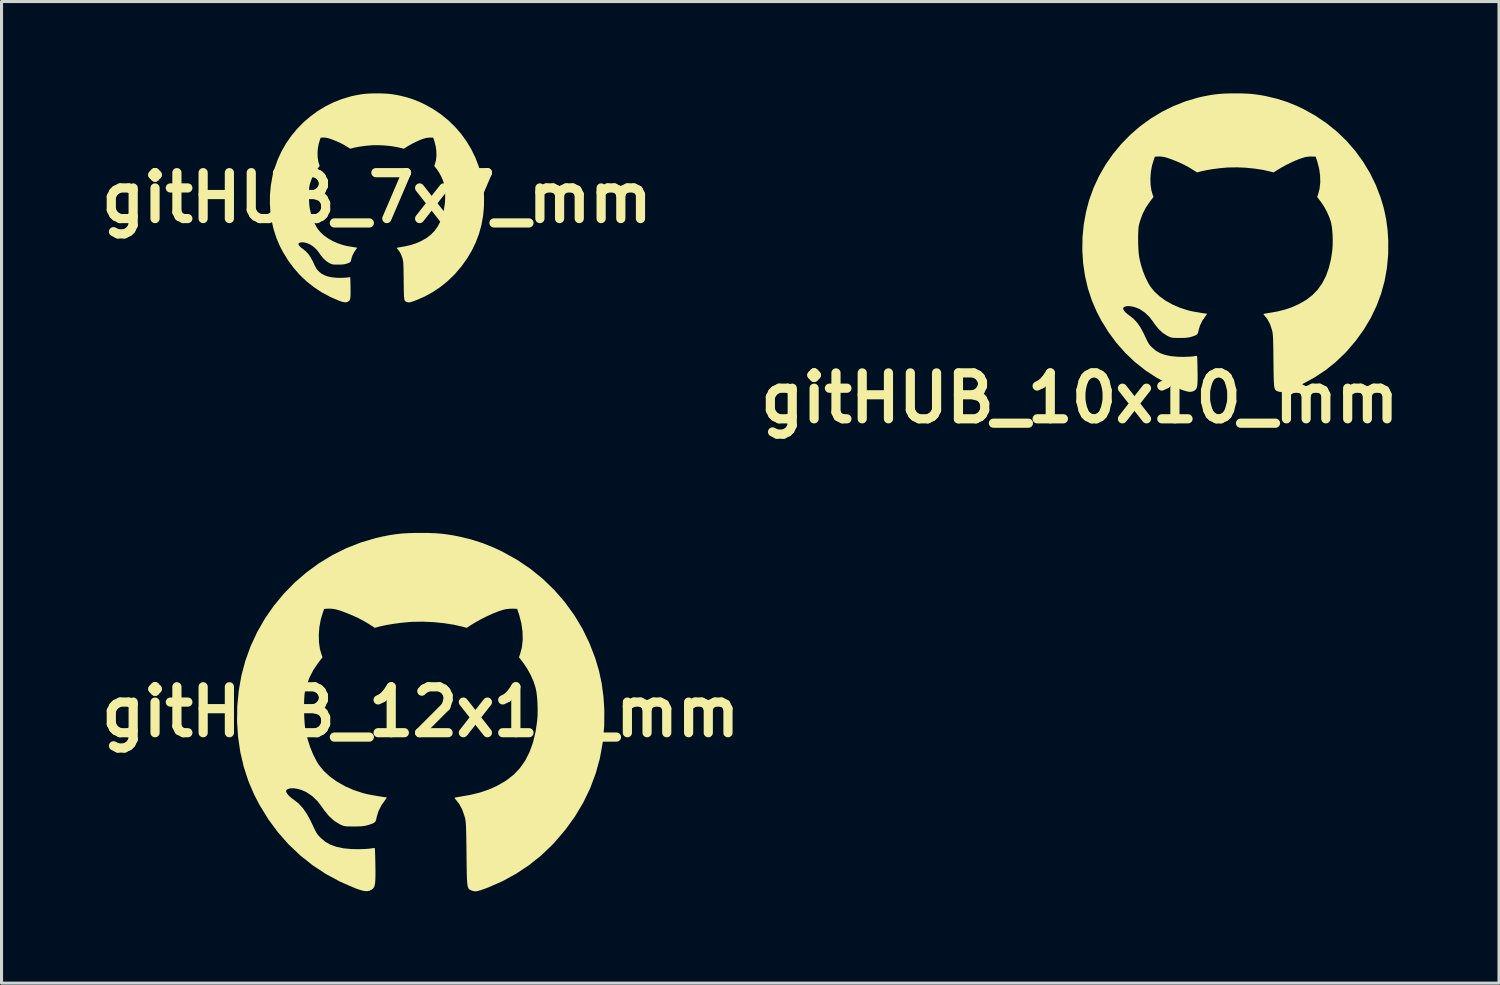
<source format=kicad_pcb>
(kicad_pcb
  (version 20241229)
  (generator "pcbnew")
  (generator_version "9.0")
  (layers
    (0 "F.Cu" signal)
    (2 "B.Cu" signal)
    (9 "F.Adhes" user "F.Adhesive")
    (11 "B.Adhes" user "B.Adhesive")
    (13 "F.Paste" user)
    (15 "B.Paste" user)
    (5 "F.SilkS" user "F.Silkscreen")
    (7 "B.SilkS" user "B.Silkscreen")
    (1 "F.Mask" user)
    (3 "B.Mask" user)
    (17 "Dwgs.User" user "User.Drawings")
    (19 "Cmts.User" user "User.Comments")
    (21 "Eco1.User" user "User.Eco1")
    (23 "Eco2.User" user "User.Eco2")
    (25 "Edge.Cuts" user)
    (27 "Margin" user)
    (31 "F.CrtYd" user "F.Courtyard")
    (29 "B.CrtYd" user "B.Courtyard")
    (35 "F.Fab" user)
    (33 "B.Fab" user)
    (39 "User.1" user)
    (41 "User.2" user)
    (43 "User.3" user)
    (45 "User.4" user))
  (footprint "gitHUB_10x10_mm"
    (layer "F.Cu")
    (at 37.301 4.872)
    (property "Reference" "gitHUB_10x10_mm" (at -5.08 5.08 0) (layer "F.SilkS") (effects (font (size 1.5 1.5) (thickness 0.3))))
    (attr board_only exclude_from_pos_files exclude_from_bom)
    (fp_poly (pts (xy 0.213 -4.87) (xy 0.398 -4.863) (xy 0.567 -4.85) (xy 0.731 -4.829) (xy 0.902 -4.801) (xy 1.032 -4.775) (xy 1.376 -4.692) (xy 1.703 -4.587) (xy 2.026 -4.455) (xy 2.231 -4.357) (xy 2.619 -4.141) (xy 2.983 -3.895) (xy 3.322 -3.62) (xy 3.635 -3.318) (xy 3.919 -2.991) (xy 4.174 -2.64) (xy 4.399 -2.267) (xy 4.591 -1.874) (xy 4.749 -1.462) (xy 4.75 -1.458) (xy 4.852 -1.115) (xy 4.925 -0.771) (xy 4.973 -0.415) (xy 4.996 -0.059) (xy 4.993 0.393) (xy 4.952 0.834) (xy 4.875 1.262) (xy 4.76 1.677) (xy 4.609 2.08) (xy 4.422 2.469) (xy 4.197 2.844) (xy 3.937 3.206) (xy 3.64 3.553) (xy 3.577 3.62) (xy 3.274 3.908) (xy 2.945 4.171) (xy 2.591 4.405) (xy 2.218 4.609) (xy 1.829 4.779) (xy 1.733 4.815) (xy 1.629 4.851) (xy 1.552 4.873) (xy 1.493 4.882) (xy 1.443 4.878) (xy 1.393 4.863) (xy 1.378 4.857) (xy 1.35 4.845) (xy 1.327 4.831) (xy 1.308 4.813) (xy 1.292 4.787) (xy 1.28 4.749) (xy 1.27 4.697) (xy 1.263 4.626) (xy 1.258 4.533) (xy 1.254 4.416) (xy 1.251 4.269) (xy 1.248 4.091) (xy 1.246 3.878) (xy 1.245 3.859) (xy 1.243 3.65) (xy 1.241 3.477) (xy 1.238 3.334) (xy 1.235 3.219) (xy 1.232 3.126) (xy 1.228 3.052) (xy 1.223 2.994) (xy 1.216 2.945) (xy 1.209 2.904) (xy 1.2 2.865) (xy 1.196 2.85) (xy 1.132 2.662) (xy 1.05 2.508) (xy 0.983 2.422) (xy 0.946 2.377) (xy 0.924 2.345) (xy 0.921 2.335) (xy 0.943 2.328) (xy 0.994 2.318) (xy 1.063 2.307) (xy 1.075 2.305) (xy 1.363 2.255) (xy 1.62 2.191) (xy 1.853 2.112) (xy 2.07 2.014) (xy 2.277 1.897) (xy 2.331 1.862) (xy 2.527 1.71) (xy 2.697 1.532) (xy 2.841 1.326) (xy 2.961 1.092) (xy 3.055 0.829) (xy 3.126 0.536) (xy 3.168 0.25) (xy 3.179 0.101) (xy 3.182 -0.063) (xy 3.178 -0.232) (xy 3.167 -0.394) (xy 3.149 -0.54) (xy 3.127 -0.655) (xy 3.072 -0.822) (xy 2.994 -1) (xy 2.899 -1.174) (xy 2.795 -1.328) (xy 2.792 -1.333) (xy 2.673 -1.489) (xy 2.703 -1.57) (xy 2.752 -1.756) (xy 2.775 -1.962) (xy 2.77 -2.182) (xy 2.739 -2.409) (xy 2.681 -2.635) (xy 2.67 -2.668) (xy 2.624 -2.804) (xy 2.503 -2.81) (xy 2.412 -2.807) (xy 2.314 -2.796) (xy 2.266 -2.786) (xy 2.133 -2.744) (xy 1.978 -2.684) (xy 1.81 -2.608) (xy 1.64 -2.523) (xy 1.475 -2.431) (xy 1.363 -2.362) (xy 1.25 -2.29) (xy 1.148 -2.317) (xy 0.902 -2.373) (xy 0.632 -2.415) (xy 0.349 -2.443) (xy 0.065 -2.456) (xy -0.207 -2.452) (xy -0.31 -2.446) (xy -0.519 -2.426) (xy -0.725 -2.4) (xy -0.919 -2.368) (xy -1.088 -2.332) (xy -1.148 -2.317) (xy -1.25 -2.29) (xy -1.363 -2.362) (xy -1.521 -2.459) (xy -1.677 -2.542) (xy -1.845 -2.621) (xy -1.974 -2.674) (xy -2.118 -2.73) (xy -2.235 -2.77) (xy -2.333 -2.796) (xy -2.419 -2.808) (xy -2.5 -2.811) (xy -2.522 -2.81) (xy -2.627 -2.804) (xy -2.663 -2.706) (xy -2.721 -2.514) (xy -2.758 -2.309) (xy -2.774 -2.101) (xy -2.769 -1.898) (xy -2.742 -1.709) (xy -2.703 -1.57) (xy -2.673 -1.488) (xy -2.791 -1.335) (xy -2.925 -1.137) (xy -3.033 -0.924) (xy -3.116 -0.689) (xy -3.149 -0.567) (xy -3.161 -0.493) (xy -3.169 -0.388) (xy -3.174 -0.261) (xy -3.175 -0.12) (xy -3.173 0.028) (xy -3.168 0.172) (xy -3.16 0.306) (xy -3.148 0.421) (xy -3.138 0.487) (xy -3.085 0.718) (xy -3.014 0.945) (xy -2.927 1.158) (xy -2.83 1.348) (xy -2.771 1.442) (xy -2.638 1.606) (xy -2.471 1.76) (xy -2.276 1.9) (xy -2.057 2.023) (xy -1.819 2.127) (xy -1.567 2.209) (xy -1.457 2.237) (xy -1.397 2.249) (xy -1.317 2.264) (xy -1.225 2.28) (xy -1.131 2.296) (xy -1.045 2.31) (xy -0.975 2.32) (xy -0.932 2.325) (xy -0.927 2.325) (xy -0.929 2.338) (xy -0.951 2.371) (xy -0.957 2.379) (xy -1.073 2.547) (xy -1.153 2.706) (xy -1.199 2.861) (xy -1.204 2.888) (xy -1.217 2.947) (xy -1.239 2.989) (xy -1.279 3.021) (xy -1.343 3.049) (xy -1.413 3.072) (xy -1.481 3.091) (xy -1.547 3.104) (xy -1.622 3.112) (xy -1.716 3.116) (xy -1.817 3.116) (xy -1.924 3.116) (xy -2.002 3.114) (xy -2.058 3.109) (xy -2.104 3.099) (xy -2.148 3.082) (xy -2.2 3.058) (xy -2.215 3.051) (xy -2.362 2.958) (xy -2.503 2.829) (xy -2.634 2.665) (xy -2.675 2.603) (xy -2.804 2.432) (xy -2.951 2.291) (xy -3.113 2.182) (xy -3.132 2.172) (xy -3.245 2.124) (xy -3.357 2.092) (xy -3.462 2.077) (xy -3.553 2.079) (xy -3.622 2.1) (xy -3.661 2.134) (xy -3.663 2.171) (xy -3.636 2.223) (xy -3.586 2.282) (xy -3.516 2.343) (xy -3.469 2.377) (xy -3.331 2.485) (xy -3.207 2.618) (xy -3.095 2.779) (xy -2.991 2.974) (xy -2.978 3.002) (xy -2.925 3.116) (xy -2.884 3.2) (xy -2.851 3.263) (xy -2.823 3.311) (xy -2.794 3.35) (xy -2.76 3.387) (xy -2.719 3.429) (xy -2.716 3.432) (xy -2.595 3.534) (xy -2.455 3.613) (xy -2.293 3.672) (xy -2.104 3.711) (xy -1.887 3.731) (xy -1.719 3.735) (xy -1.612 3.733) (xy -1.509 3.729) (xy -1.422 3.723) (xy -1.362 3.716) (xy -1.358 3.715) (xy -1.3 3.706) (xy -1.261 3.704) (xy -1.25 3.706) (xy -1.247 3.727) (xy -1.244 3.782) (xy -1.241 3.865) (xy -1.238 3.971) (xy -1.236 4.095) (xy -1.234 4.189) (xy -1.232 4.356) (xy -1.233 4.489) (xy -1.236 4.593) (xy -1.244 4.671) (xy -1.255 4.729) (xy -1.272 4.771) (xy -1.295 4.803) (xy -1.324 4.828) (xy -1.337 4.837) (xy -1.396 4.866) (xy -1.463 4.878) (xy -1.542 4.872) (xy -1.642 4.847) (xy -1.769 4.803) (xy -1.778 4.799) (xy -2.189 4.621) (xy -2.577 4.412) (xy -2.942 4.172) (xy -3.283 3.901) (xy -3.598 3.601) (xy -3.887 3.273) (xy -4.15 2.916) (xy -4.386 2.533) (xy -4.529 2.257) (xy -4.689 1.885) (xy -4.816 1.495) (xy -4.91 1.091) (xy -4.971 0.677) (xy -4.998 0.257) (xy -4.992 -0.166) (xy -4.951 -0.587) (xy -4.876 -1.003) (xy -4.775 -1.386) (xy -4.629 -1.789) (xy -4.45 -2.175) (xy -4.238 -2.543) (xy -3.996 -2.891) (xy -3.726 -3.217) (xy -3.43 -3.52) (xy -3.11 -3.797) (xy -2.768 -4.046) (xy -2.406 -4.266) (xy -2.026 -4.455) (xy -1.63 -4.611) (xy -1.22 -4.733) (xy -1.032 -4.775) (xy -0.85 -4.81) (xy -0.683 -4.836) (xy -0.518 -4.854) (xy -0.346 -4.866) (xy -0.154 -4.871) (xy 0 -4.872)) (stroke (width 0) (type solid)) (fill yes) (layer "F.SilkS")))
  (footprint "gitHUB_7x7_mm"
    (layer "F.Cu")
    (at 9.264 3.411)
    (property "Reference" "gitHUB_7x7_mm" (at 0 0 0) (layer "F.SilkS") (effects (font (size 1.5 1.5) (thickness 0.3))))
    (attr board_only exclude_from_pos_files exclude_from_bom)
    (fp_poly (pts (xy 0.149 -3.409) (xy 0.279 -3.404) (xy 0.397 -3.395) (xy 0.512 -3.381) (xy 0.631 -3.361) (xy 0.723 -3.343) (xy 0.963 -3.285) (xy 1.192 -3.211) (xy 1.418 -3.119) (xy 1.562 -3.05) (xy 1.833 -2.899) (xy 2.088 -2.727) (xy 2.326 -2.534) (xy 2.544 -2.323) (xy 2.744 -2.094) (xy 2.922 -1.848) (xy 3.079 -1.587) (xy 3.214 -1.312) (xy 3.325 -1.023) (xy 3.325 -1.021) (xy 3.396 -0.78) (xy 3.448 -0.54) (xy 3.481 -0.291) (xy 3.497 -0.041) (xy 3.495 0.275) (xy 3.467 0.584) (xy 3.413 0.883) (xy 3.333 1.174) (xy 3.227 1.456) (xy 3.095 1.728) (xy 2.938 1.991) (xy 2.756 2.244) (xy 2.548 2.487) (xy 2.504 2.534) (xy 2.292 2.736) (xy 2.061 2.92) (xy 1.814 3.084) (xy 1.553 3.227) (xy 1.28 3.346) (xy 1.213 3.371) (xy 1.14 3.396) (xy 1.086 3.412) (xy 1.045 3.417) (xy 1.01 3.415) (xy 0.975 3.404) (xy 0.965 3.4) (xy 0.945 3.392) (xy 0.929 3.382) (xy 0.915 3.369) (xy 0.904 3.351) (xy 0.896 3.325) (xy 0.889 3.288) (xy 0.884 3.238) (xy 0.88 3.174) (xy 0.878 3.091) (xy 0.875 2.989) (xy 0.874 2.864) (xy 0.872 2.715) (xy 0.872 2.701) (xy 0.87 2.555) (xy 0.868 2.434) (xy 0.867 2.334) (xy 0.865 2.253) (xy 0.862 2.189) (xy 0.859 2.137) (xy 0.856 2.096) (xy 0.851 2.062) (xy 0.846 2.033) (xy 0.84 2.006) (xy 0.837 1.995) (xy 0.792 1.863) (xy 0.735 1.756) (xy 0.688 1.695) (xy 0.662 1.664) (xy 0.647 1.642) (xy 0.645 1.635) (xy 0.66 1.63) (xy 0.696 1.623) (xy 0.744 1.615) (xy 0.753 1.614) (xy 0.954 1.578) (xy 1.134 1.534) (xy 1.297 1.478) (xy 1.449 1.41) (xy 1.594 1.328) (xy 1.632 1.303) (xy 1.769 1.197) (xy 1.888 1.072) (xy 1.989 0.928) (xy 2.073 0.764) (xy 2.139 0.58) (xy 2.188 0.375) (xy 2.218 0.175) (xy 2.225 0.071) (xy 2.227 -0.044) (xy 2.225 -0.162) (xy 2.217 -0.276) (xy 2.205 -0.378) (xy 2.189 -0.458) (xy 2.151 -0.576) (xy 2.096 -0.7) (xy 2.03 -0.822) (xy 1.957 -0.93) (xy 1.954 -0.933) (xy 1.871 -1.042) (xy 1.892 -1.099) (xy 1.927 -1.229) (xy 1.942 -1.373) (xy 1.939 -1.528) (xy 1.917 -1.686) (xy 1.877 -1.845) (xy 1.869 -1.868) (xy 1.837 -1.963) (xy 1.752 -1.967) (xy 1.689 -1.965) (xy 1.62 -1.957) (xy 1.586 -1.95) (xy 1.493 -1.921) (xy 1.385 -1.879) (xy 1.267 -1.826) (xy 1.148 -1.766) (xy 1.033 -1.702) (xy 0.954 -1.654) (xy 0.875 -1.603) (xy 0.803 -1.622) (xy 0.632 -1.661) (xy 0.442 -1.691) (xy 0.244 -1.71) (xy 0.046 -1.719) (xy -0.145 -1.717) (xy -0.217 -1.712) (xy -0.363 -1.699) (xy -0.508 -1.68) (xy -0.643 -1.658) (xy -0.762 -1.633) (xy -0.803 -1.622) (xy -0.875 -1.603) (xy -0.954 -1.654) (xy -1.065 -1.721) (xy -1.174 -1.78) (xy -1.291 -1.834) (xy -1.382 -1.872) (xy -1.483 -1.911) (xy -1.565 -1.939) (xy -1.633 -1.957) (xy -1.693 -1.966) (xy -1.75 -1.968) (xy -1.766 -1.967) (xy -1.839 -1.963) (xy -1.864 -1.894) (xy -1.905 -1.76) (xy -1.931 -1.617) (xy -1.942 -1.471) (xy -1.938 -1.328) (xy -1.92 -1.197) (xy -1.892 -1.099) (xy -1.871 -1.042) (xy -1.954 -0.935) (xy -2.048 -0.796) (xy -2.123 -0.647) (xy -2.182 -0.482) (xy -2.204 -0.397) (xy -2.213 -0.345) (xy -2.218 -0.271) (xy -2.222 -0.182) (xy -2.223 -0.084) (xy -2.221 0.019) (xy -2.218 0.12) (xy -2.212 0.214) (xy -2.204 0.295) (xy -2.197 0.341) (xy -2.16 0.503) (xy -2.11 0.661) (xy -2.049 0.811) (xy -1.981 0.944) (xy -1.94 1.01) (xy -1.847 1.124) (xy -1.73 1.232) (xy -1.593 1.33) (xy -1.44 1.416) (xy -1.274 1.489) (xy -1.097 1.547) (xy -1.02 1.566) (xy -0.978 1.575) (xy -0.922 1.585) (xy -0.857 1.596) (xy -0.792 1.607) (xy -0.731 1.617) (xy -0.683 1.624) (xy -0.653 1.628) (xy -0.649 1.628) (xy -0.651 1.637) (xy -0.666 1.66) (xy -0.67 1.665) (xy -0.751 1.783) (xy -0.807 1.895) (xy -0.839 2.003) (xy -0.843 2.022) (xy -0.852 2.063) (xy -0.867 2.092) (xy -0.895 2.115) (xy -0.94 2.134) (xy -0.989 2.151) (xy -1.037 2.164) (xy -1.083 2.173) (xy -1.135 2.179) (xy -1.202 2.181) (xy -1.272 2.182) (xy -1.347 2.181) (xy -1.401 2.18) (xy -1.441 2.176) (xy -1.473 2.169) (xy -1.504 2.158) (xy -1.54 2.141) (xy -1.55 2.136) (xy -1.654 2.071) (xy -1.752 1.98) (xy -1.844 1.866) (xy -1.873 1.822) (xy -1.963 1.703) (xy -2.066 1.604) (xy -2.179 1.528) (xy -2.192 1.521) (xy -2.271 1.487) (xy -2.35 1.464) (xy -2.424 1.454) (xy -2.487 1.456) (xy -2.536 1.47) (xy -2.563 1.494) (xy -2.564 1.52) (xy -2.546 1.556) (xy -2.51 1.598) (xy -2.462 1.641) (xy -2.428 1.664) (xy -2.332 1.74) (xy -2.245 1.832) (xy -2.167 1.945) (xy -2.094 2.082) (xy -2.085 2.102) (xy -2.048 2.181) (xy -2.019 2.24) (xy -1.996 2.284) (xy -1.976 2.318) (xy -1.956 2.345) (xy -1.932 2.371) (xy -1.903 2.401) (xy -1.901 2.403) (xy -1.817 2.474) (xy -1.719 2.529) (xy -1.605 2.57) (xy -1.473 2.598) (xy -1.321 2.612) (xy -1.204 2.615) (xy -1.128 2.613) (xy -1.056 2.611) (xy -0.995 2.606) (xy -0.953 2.601) (xy -0.951 2.601) (xy -0.91 2.594) (xy -0.882 2.593) (xy -0.875 2.594) (xy -0.873 2.609) (xy -0.871 2.648) (xy -0.869 2.706) (xy -0.867 2.78) (xy -0.865 2.866) (xy -0.864 2.933) (xy -0.863 3.05) (xy -0.863 3.143) (xy -0.865 3.215) (xy -0.871 3.27) (xy -0.879 3.31) (xy -0.891 3.34) (xy -0.907 3.362) (xy -0.927 3.38) (xy -0.936 3.386) (xy -0.978 3.407) (xy -1.024 3.415) (xy -1.08 3.41) (xy -1.15 3.393) (xy -1.238 3.362) (xy -1.245 3.36) (xy -1.532 3.235) (xy -1.804 3.089) (xy -2.06 2.92) (xy -2.298 2.731) (xy -2.519 2.521) (xy -2.721 2.291) (xy -2.905 2.042) (xy -3.07 1.773) (xy -3.171 1.58) (xy -3.283 1.319) (xy -3.372 1.046) (xy -3.438 0.764) (xy -3.48 0.474) (xy -3.499 0.18) (xy -3.495 -0.116) (xy -3.466 -0.411) (xy -3.414 -0.702) (xy -3.342 -0.97) (xy -3.241 -1.252) (xy -3.115 -1.523) (xy -2.967 -1.78) (xy -2.798 -2.024) (xy -2.609 -2.252) (xy -2.401 -2.464) (xy -2.177 -2.658) (xy -1.938 -2.832) (xy -1.684 -2.987) (xy -1.418 -3.119) (xy -1.141 -3.228) (xy -0.854 -3.313) (xy -0.723 -3.343) (xy -0.595 -3.367) (xy -0.478 -3.386) (xy -0.363 -3.398) (xy -0.242 -3.406) (xy -0.108 -3.41) (xy 0 -3.411)) (stroke (width 0) (type solid)) (fill yes) (layer "F.SilkS")))
  (footprint "gitHUB_12x12_mm"
    (layer "F.Cu")
    (at 10.693 20.205)
    (property "Reference" "gitHUB_12x12_mm" (at 0 0 0) (layer "F.SilkS") (effects (font (size 1.5 1.5) (thickness 0.3))))
    (attr board_only exclude_from_pos_files exclude_from_bom)
    (fp_poly (pts (xy 0.255 -5.846) (xy 0.478 -5.837) (xy 0.681 -5.821) (xy 0.878 -5.797) (xy 1.083 -5.763) (xy 1.239 -5.732) (xy 1.652 -5.633) (xy 2.044 -5.506) (xy 2.431 -5.348) (xy 2.678 -5.23) (xy 3.144 -4.971) (xy 3.581 -4.676) (xy 3.988 -4.346) (xy 4.363 -3.983) (xy 4.704 -3.591) (xy 5.011 -3.169) (xy 5.28 -2.722) (xy 5.51 -2.249) (xy 5.701 -1.755) (xy 5.702 -1.751) (xy 5.824 -1.338) (xy 5.912 -0.925) (xy 5.969 -0.499) (xy 5.997 -0.07) (xy 5.993 0.472) (xy 5.944 1.001) (xy 5.852 1.514) (xy 5.714 2.013) (xy 5.533 2.496) (xy 5.308 2.963) (xy 5.038 3.414) (xy 4.725 3.848) (xy 4.369 4.265) (xy 4.293 4.345) (xy 3.931 4.691) (xy 3.535 5.007) (xy 3.11 5.288) (xy 2.663 5.533) (xy 2.196 5.737) (xy 2.08 5.78) (xy 1.955 5.824) (xy 1.863 5.85) (xy 1.792 5.86) (xy 1.732 5.855) (xy 1.672 5.837) (xy 1.654 5.83) (xy 1.621 5.815) (xy 1.593 5.799) (xy 1.57 5.778) (xy 1.551 5.746) (xy 1.536 5.701) (xy 1.525 5.638) (xy 1.516 5.553) (xy 1.509 5.442) (xy 1.505 5.301) (xy 1.501 5.125) (xy 1.498 4.911) (xy 1.495 4.655) (xy 1.495 4.632) (xy 1.492 4.382) (xy 1.489 4.174) (xy 1.486 4.002) (xy 1.483 3.864) (xy 1.479 3.753) (xy 1.474 3.664) (xy 1.467 3.593) (xy 1.46 3.536) (xy 1.451 3.486) (xy 1.44 3.439) (xy 1.435 3.421) (xy 1.358 3.195) (xy 1.261 3.011) (xy 1.18 2.907) (xy 1.135 2.853) (xy 1.109 2.815) (xy 1.106 2.803) (xy 1.132 2.795) (xy 1.193 2.783) (xy 1.276 2.769) (xy 1.291 2.767) (xy 1.636 2.706) (xy 1.944 2.63) (xy 2.224 2.535) (xy 2.484 2.418) (xy 2.733 2.277) (xy 2.798 2.235) (xy 3.033 2.053) (xy 3.237 1.839) (xy 3.411 1.592) (xy 3.554 1.311) (xy 3.668 0.995) (xy 3.752 0.643) (xy 3.802 0.3) (xy 3.816 0.122) (xy 3.819 -0.076) (xy 3.814 -0.278) (xy 3.801 -0.474) (xy 3.78 -0.648) (xy 3.753 -0.786) (xy 3.688 -0.987) (xy 3.594 -1.201) (xy 3.48 -1.409) (xy 3.355 -1.595) (xy 3.351 -1.6) (xy 3.209 -1.787) (xy 3.244 -1.884) (xy 3.304 -2.107) (xy 3.331 -2.355) (xy 3.325 -2.619) (xy 3.288 -2.891) (xy 3.218 -3.163) (xy 3.205 -3.203) (xy 3.15 -3.366) (xy 3.005 -3.373) (xy 2.896 -3.37) (xy 2.778 -3.356) (xy 2.72 -3.344) (xy 2.56 -3.294) (xy 2.374 -3.221) (xy 2.173 -3.131) (xy 1.968 -3.028) (xy 1.771 -2.918) (xy 1.636 -2.835) (xy 1.501 -2.748) (xy 1.378 -2.782) (xy 1.083 -2.848) (xy 0.759 -2.899) (xy 0.419 -2.933) (xy 0.078 -2.948) (xy -0.248 -2.944) (xy -0.372 -2.936) (xy -0.622 -2.913) (xy -0.87 -2.881) (xy -1.103 -2.842) (xy -1.306 -2.8) (xy -1.378 -2.782) (xy -1.501 -2.748) (xy -1.636 -2.835) (xy -1.826 -2.952) (xy -2.013 -3.052) (xy -2.214 -3.146) (xy -2.369 -3.21) (xy -2.542 -3.278) (xy -2.683 -3.325) (xy -2.8 -3.356) (xy -2.903 -3.371) (xy -3.001 -3.374) (xy -3.028 -3.373) (xy -3.153 -3.366) (xy -3.197 -3.248) (xy -3.266 -3.018) (xy -3.311 -2.772) (xy -3.33 -2.521) (xy -3.324 -2.278) (xy -3.292 -2.052) (xy -3.244 -1.884) (xy -3.208 -1.786) (xy -3.35 -1.603) (xy -3.512 -1.364) (xy -3.64 -1.109) (xy -3.741 -0.827) (xy -3.78 -0.68) (xy -3.794 -0.591) (xy -3.804 -0.465) (xy -3.81 -0.313) (xy -3.811 -0.143) (xy -3.809 0.033) (xy -3.803 0.207) (xy -3.793 0.367) (xy -3.779 0.505) (xy -3.767 0.585) (xy -3.703 0.862) (xy -3.618 1.134) (xy -3.514 1.39) (xy -3.397 1.618) (xy -3.326 1.731) (xy -3.166 1.928) (xy -2.966 2.112) (xy -2.732 2.28) (xy -2.469 2.429) (xy -2.184 2.554) (xy -1.881 2.652) (xy -1.749 2.685) (xy -1.677 2.7) (xy -1.581 2.718) (xy -1.47 2.737) (xy -1.358 2.756) (xy -1.254 2.773) (xy -1.171 2.785) (xy -1.119 2.791) (xy -1.112 2.791) (xy -1.116 2.807) (xy -1.141 2.846) (xy -1.148 2.855) (xy -1.288 3.057) (xy -1.384 3.249) (xy -1.439 3.435) (xy -1.445 3.467) (xy -1.46 3.537) (xy -1.487 3.588) (xy -1.535 3.626) (xy -1.612 3.66) (xy -1.696 3.688) (xy -1.778 3.711) (xy -1.857 3.726) (xy -1.947 3.736) (xy -2.06 3.74) (xy -2.182 3.741) (xy -2.31 3.74) (xy -2.403 3.738) (xy -2.471 3.732) (xy -2.526 3.72) (xy -2.578 3.7) (xy -2.64 3.671) (xy -2.658 3.662) (xy -2.835 3.551) (xy -3.004 3.395) (xy -3.162 3.199) (xy -3.211 3.125) (xy -3.366 2.92) (xy -3.543 2.75) (xy -3.737 2.619) (xy -3.759 2.608) (xy -3.895 2.549) (xy -4.029 2.511) (xy -4.156 2.493) (xy -4.265 2.496) (xy -4.348 2.521) (xy -4.394 2.561) (xy -4.397 2.607) (xy -4.365 2.668) (xy -4.304 2.74) (xy -4.221 2.813) (xy -4.164 2.854) (xy -3.998 2.983) (xy -3.85 3.142) (xy -3.716 3.336) (xy -3.59 3.569) (xy -3.574 3.604) (xy -3.511 3.74) (xy -3.462 3.842) (xy -3.423 3.917) (xy -3.388 3.974) (xy -3.353 4.021) (xy -3.314 4.066) (xy -3.264 4.117) (xy -3.26 4.12) (xy -3.115 4.242) (xy -2.947 4.337) (xy -2.752 4.407) (xy -2.526 4.454) (xy -2.265 4.479) (xy -2.064 4.483) (xy -1.935 4.481) (xy -1.811 4.476) (xy -1.707 4.469) (xy -1.634 4.46) (xy -1.63 4.46) (xy -1.561 4.449) (xy -1.513 4.446) (xy -1.501 4.448) (xy -1.497 4.474) (xy -1.494 4.54) (xy -1.49 4.64) (xy -1.486 4.767) (xy -1.483 4.915) (xy -1.481 5.028) (xy -1.479 5.229) (xy -1.48 5.389) (xy -1.484 5.513) (xy -1.493 5.607) (xy -1.507 5.676) (xy -1.527 5.727) (xy -1.554 5.765) (xy -1.59 5.796) (xy -1.605 5.806) (xy -1.676 5.841) (xy -1.756 5.855) (xy -1.851 5.848) (xy -1.971 5.818) (xy -2.123 5.765) (xy -2.134 5.761) (xy -2.628 5.547) (xy -3.094 5.296) (xy -3.532 5.008) (xy -3.94 4.683) (xy -4.319 4.323) (xy -4.666 3.929) (xy -4.982 3.501) (xy -5.264 3.04) (xy -5.437 2.709) (xy -5.629 2.262) (xy -5.781 1.794) (xy -5.894 1.31) (xy -5.967 0.813) (xy -6 0.308) (xy -5.992 -0.199) (xy -5.943 -0.705) (xy -5.854 -1.204) (xy -5.731 -1.664) (xy -5.557 -2.147) (xy -5.341 -2.611) (xy -5.087 -3.053) (xy -4.797 -3.47) (xy -4.473 -3.862) (xy -4.118 -4.225) (xy -3.733 -4.557) (xy -3.323 -4.857) (xy -2.888 -5.121) (xy -2.432 -5.348) (xy -1.957 -5.535) (xy -1.465 -5.681) (xy -1.239 -5.732) (xy -1.021 -5.774) (xy -0.82 -5.805) (xy -0.622 -5.827) (xy -0.415 -5.84) (xy -0.184 -5.847) (xy 0 -5.848)) (stroke (width 0) (type solid)) (fill yes) (layer "F.SilkS")))
  (gr_rect
    (start -3 -3)
    (end 45.914 29.064)
    (stroke (width 0.1) (type default))
    (fill no)
    (layer "Edge.Cuts")))
</source>
